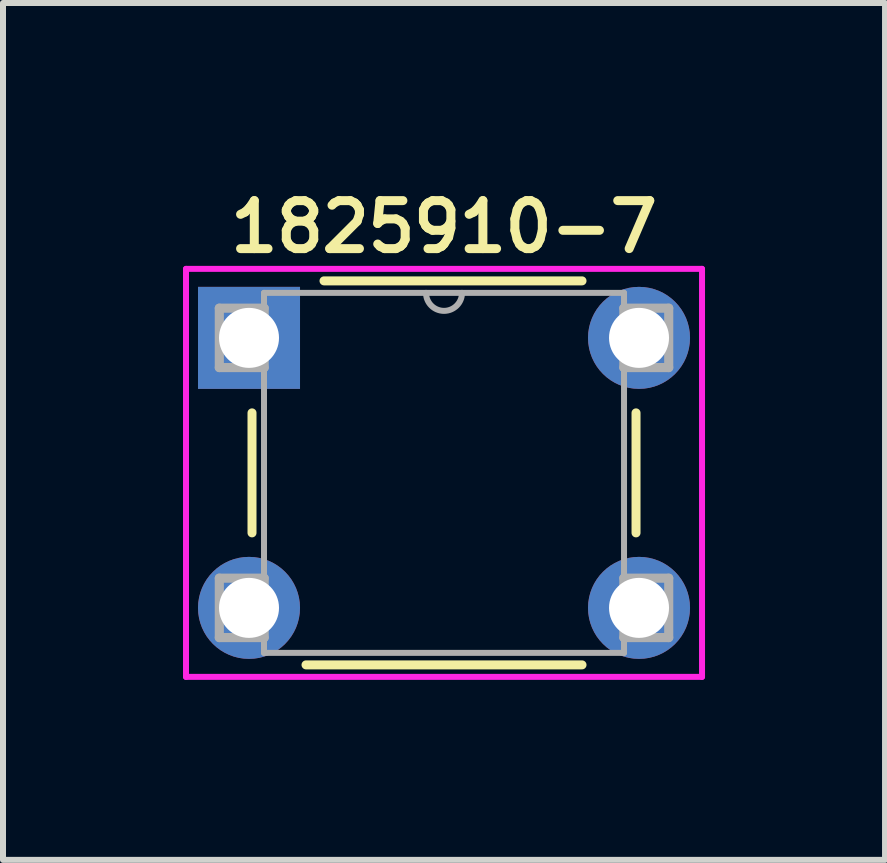
<source format=kicad_pcb>
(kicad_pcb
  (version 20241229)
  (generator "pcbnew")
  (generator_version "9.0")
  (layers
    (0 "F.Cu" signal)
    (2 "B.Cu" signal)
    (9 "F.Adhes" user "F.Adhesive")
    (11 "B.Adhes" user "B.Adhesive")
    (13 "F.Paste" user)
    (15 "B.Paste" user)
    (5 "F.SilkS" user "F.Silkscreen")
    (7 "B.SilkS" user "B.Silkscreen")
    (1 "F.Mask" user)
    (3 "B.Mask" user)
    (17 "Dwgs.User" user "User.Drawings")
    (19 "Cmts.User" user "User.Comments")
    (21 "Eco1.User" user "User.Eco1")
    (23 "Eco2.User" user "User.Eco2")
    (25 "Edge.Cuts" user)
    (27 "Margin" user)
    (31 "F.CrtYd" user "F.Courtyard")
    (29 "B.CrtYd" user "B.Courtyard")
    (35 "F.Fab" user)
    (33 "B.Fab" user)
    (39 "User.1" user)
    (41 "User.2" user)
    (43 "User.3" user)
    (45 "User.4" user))
  (footprint "1825910-7"
    (layer "F.Cu")
    (at 4.35 4.831)
    (property "Reference" "1825910-7" (at 0 -4.1 0) (layer "F.SilkS") (effects (font (size 0.8 0.8) (thickness 0.15))))
    (attr through_hole)
    (fp_line (start -3.2 -1) (end -3.2 1) (stroke (width 0.15) (type solid)) (layer "F.SilkS"))
    (fp_line (start -2.3 3.2) (end 2.3 3.2) (stroke (width 0.15) (type solid)) (layer "F.SilkS"))
    (fp_line (start -2 -3.2) (end 2.3 -3.2) (stroke (width 0.15) (type solid)) (layer "F.SilkS"))
    (fp_line (start 3.2 1) (end 3.2 -1) (stroke (width 0.15) (type solid)) (layer "F.SilkS"))
    (fp_line (start -4.3 -3.4) (end -4.3 3.4) (stroke (width 0.1) (type solid)) (layer "F.CrtYd"))
    (fp_line (start -4.3 -3.4) (end 4.3 -3.4) (stroke (width 0.1) (type solid)) (layer "F.CrtYd"))
    (fp_line (start -4.3 3.4) (end 4.3 3.4) (stroke (width 0.1) (type solid)) (layer "F.CrtYd"))
    (fp_line (start 4.3 -3.4) (end 4.3 3.4) (stroke (width 0.1) (type solid)) (layer "F.CrtYd"))
    (fp_line (start -3.745 -2.745) (end -3.745 -1.755) (stroke (width 0.152) (type solid)) (layer "F.Fab"))
    (fp_line (start -3.745 -1.755) (end -2.997 -1.755) (stroke (width 0.152) (type solid)) (layer "F.Fab"))
    (fp_line (start -3.745 1.755) (end -3.745 2.745) (stroke (width 0.152) (type solid)) (layer "F.Fab"))
    (fp_line (start -3.745 2.745) (end -2.997 2.745) (stroke (width 0.152) (type solid)) (layer "F.Fab"))
    (fp_line (start -3 -3) (end -3 3) (stroke (width 0.1) (type solid)) (layer "F.Fab"))
    (fp_line (start -3 3) (end 3 3) (stroke (width 0.1) (type solid)) (layer "F.Fab"))
    (fp_line (start -2.997 -2.745) (end -3.745 -2.745) (stroke (width 0.152) (type solid)) (layer "F.Fab"))
    (fp_line (start -2.997 -1.755) (end -2.997 -2.745) (stroke (width 0.152) (type solid)) (layer "F.Fab"))
    (fp_line (start -2.997 1.755) (end -3.745 1.755) (stroke (width 0.152) (type solid)) (layer "F.Fab"))
    (fp_line (start -2.997 2.745) (end -2.997 1.755) (stroke (width 0.152) (type solid)) (layer "F.Fab"))
    (fp_line (start 2.997 -2.745) (end 2.997 -1.755) (stroke (width 0.152) (type solid)) (layer "F.Fab"))
    (fp_line (start 2.997 -1.755) (end 3.745 -1.755) (stroke (width 0.152) (type solid)) (layer "F.Fab"))
    (fp_line (start 2.997 1.755) (end 2.997 2.745) (stroke (width 0.152) (type solid)) (layer "F.Fab"))
    (fp_line (start 2.997 2.745) (end 3.745 2.745) (stroke (width 0.152) (type solid)) (layer "F.Fab"))
    (fp_line (start 3 -3) (end -3 -3) (stroke (width 0.1) (type solid)) (layer "F.Fab"))
    (fp_line (start 3 3) (end 3 -3) (stroke (width 0.1) (type solid)) (layer "F.Fab"))
    (fp_line (start 3.745 -2.745) (end 2.997 -2.745) (stroke (width 0.152) (type solid)) (layer "F.Fab"))
    (fp_line (start 3.745 -1.755) (end 3.745 -2.745) (stroke (width 0.152) (type solid)) (layer "F.Fab"))
    (fp_line (start 3.745 1.755) (end 2.997 1.755) (stroke (width 0.152) (type solid)) (layer "F.Fab"))
    (fp_line (start 3.745 2.745) (end 3.745 1.755) (stroke (width 0.152) (type solid)) (layer "F.Fab"))
    (fp_arc (start 0.3 -3) (mid 0 -2.7) (end -0.3 -3) (stroke (width 0.1) (type solid)) (layer "F.Fab"))
    (pad "1" thru_hole rect (at -3.25 -2.25) (size 1.7 1.7) (drill 1) (layers "*.Cu" "*.Mask"))
    (pad "2" thru_hole circle (at 3.25 -2.25) (size 1.7 1.7) (drill 1) (layers "*.Cu" "*.Mask"))
    (pad "3" thru_hole circle (at -3.25 2.25) (size 1.7 1.7) (drill 1) (layers "*.Cu" "*.Mask"))
    (pad "4" thru_hole circle (at 3.25 2.25) (size 1.7 1.7) (drill 1) (layers "*.Cu" "*.Mask")))
  (gr_rect
    (start -3 -3)
    (end 11.7 11.281)
    (stroke (width 0.1) (type default))
    (fill no)
    (layer "Edge.Cuts")))
</source>
